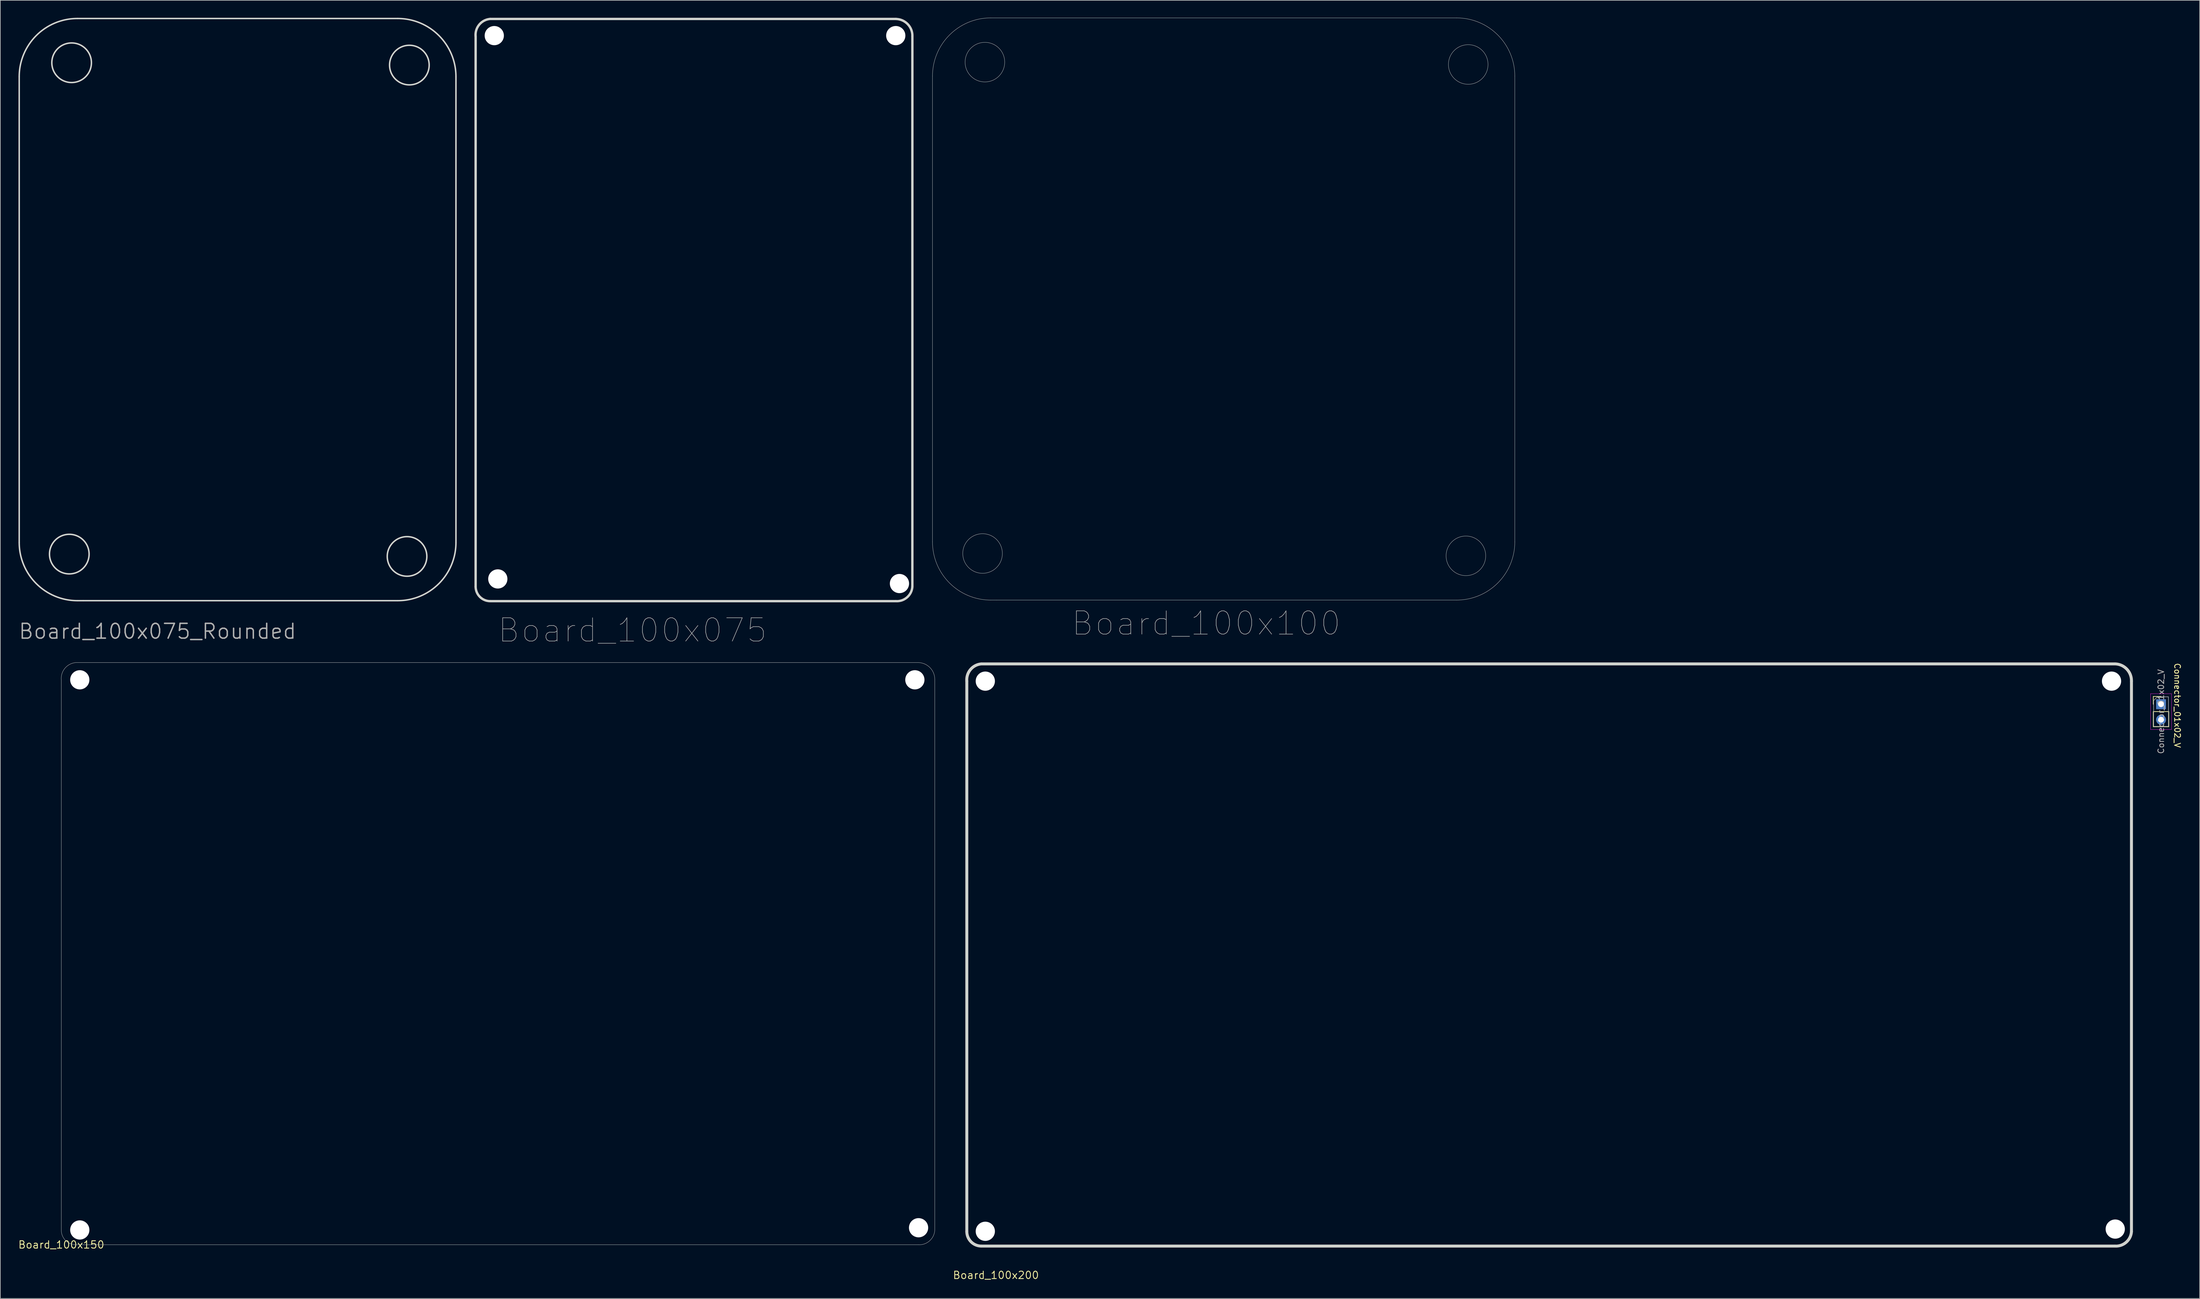
<source format=kicad_pcb>
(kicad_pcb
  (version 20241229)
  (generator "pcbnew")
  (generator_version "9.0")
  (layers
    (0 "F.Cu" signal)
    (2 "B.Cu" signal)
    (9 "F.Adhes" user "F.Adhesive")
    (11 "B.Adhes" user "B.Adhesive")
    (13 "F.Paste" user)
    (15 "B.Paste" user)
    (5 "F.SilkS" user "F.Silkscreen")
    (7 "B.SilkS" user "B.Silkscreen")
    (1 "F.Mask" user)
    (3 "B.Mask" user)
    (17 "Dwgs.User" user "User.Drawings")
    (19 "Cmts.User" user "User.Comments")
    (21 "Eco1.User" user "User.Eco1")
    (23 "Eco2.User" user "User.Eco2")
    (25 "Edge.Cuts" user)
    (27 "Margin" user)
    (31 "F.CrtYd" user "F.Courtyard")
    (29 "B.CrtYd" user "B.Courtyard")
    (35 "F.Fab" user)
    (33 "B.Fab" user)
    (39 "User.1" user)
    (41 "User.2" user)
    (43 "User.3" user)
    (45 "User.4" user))
  (footprint "Board_100x075"
    (layer "F.Cu")
    (at 78.627 100.203)
    (property "Reference" "Board_100x075" (at 26.934 5.016 0) (unlocked yes) (layer "F.Fab") (effects (font (size 4 4) (thickness 0.1))))
    (fp_line (start 0.003 -97.034) (end 0.003 -2.494) (stroke (width 0.406) (type solid)) (layer "Edge.Cuts"))
    (fp_line (start 2.503 0.006) (end 72.179 0.006) (stroke (width 0.406) (type solid)) (layer "Edge.Cuts"))
    (fp_line (start 72.183 -100) (end 2.503 -100) (stroke (width 0.406) (type solid)) (layer "Edge.Cuts"))
    (fp_line (start 75 -2.494) (end 75.003 -97.034) (stroke (width 0.406) (type solid)) (layer "Edge.Cuts"))
    (fp_arc (start -0.002665 -97.033987) (mid 0.635735 -99.035963) (end 2.502844 -99.999999) (stroke (width 0.4064) (type solid)) (layer "Edge.Cuts"))
    (fp_arc (start 2.502844 0.005549) (mid 0.735077 -0.726684) (end 0.002844 -2.494451) (stroke (width 0.4064) (type solid)) (layer "Edge.Cuts"))
    (fp_arc (start 72.182815 -99.99445) (mid 74.205859 -99.09849) (end 75.002844 -97.034451) (stroke (width 0.4064) (type solid)) (layer "Edge.Cuts"))
    (fp_arc (start 74.999444 -2.49445) (mid 74.1072 -0.660398) (end 72.179415 0.005549) (stroke (width 0.4064) (type solid)) (layer "Edge.Cuts"))
    (pad "" np_thru_hole circle (at 3.203 -97.136) (size 3.3 3.3) (drill 3.3) (layers "*.Cu" "*.Mask"))
    (pad "" np_thru_hole circle (at 3.81 -3.81) (size 3.3 3.3) (drill 3.3) (layers "*.Cu" "*.Mask"))
    (pad "" np_thru_hole circle (at 72.149 -97.136) (size 3.3 3.3) (drill 3.3) (layers "*.Cu" "*.Mask"))
    (pad "" np_thru_hole circle (at 72.784 -3.017) (size 3.3 3.3) (drill 3.3) (layers "*.Cu" "*.Mask")))
  (footprint "Connector_01x02_V"
    (layer "F.Cu")
    (at 368.058 117.912)
    (property "Reference" "Connector_01x02_V" (at 2.794 0.21 270) (unlocked yes) (layer "F.SilkS") (effects (font (size 1 1) (thickness 0.15))))
    (attr through_hole)
    (fp_line (start -1.33 -1.33) (end 0 -1.33) (stroke (width 0.12) (type solid)) (layer "F.SilkS"))
    (fp_line (start -1.33 0) (end -1.33 -1.33) (stroke (width 0.12) (type solid)) (layer "F.SilkS"))
    (fp_line (start -1.33 1.27) (end -1.33 3.87) (stroke (width 0.12) (type solid)) (layer "F.SilkS"))
    (fp_line (start -1.33 1.27) (end 1.33 1.27) (stroke (width 0.12) (type solid)) (layer "F.SilkS"))
    (fp_line (start -1.33 3.87) (end 1.33 3.87) (stroke (width 0.12) (type solid)) (layer "F.SilkS"))
    (fp_line (start 1.33 1.27) (end 1.33 3.87) (stroke (width 0.12) (type solid)) (layer "F.SilkS"))
    (fp_line (start -1.8 -1.8) (end -1.8 4.35) (stroke (width 0.05) (type solid)) (layer "F.CrtYd"))
    (fp_line (start -1.8 4.35) (end 1.8 4.35) (stroke (width 0.05) (type solid)) (layer "F.CrtYd"))
    (fp_line (start 1.8 -1.8) (end -1.8 -1.8) (stroke (width 0.05) (type solid)) (layer "F.CrtYd"))
    (fp_line (start 1.8 4.35) (end 1.8 -1.8) (stroke (width 0.05) (type solid)) (layer "F.CrtYd"))
    (fp_line (start -1.27 -0.635) (end -0.635 -1.27) (stroke (width 0.1) (type solid)) (layer "F.Fab"))
    (fp_line (start -1.27 3.81) (end -1.27 -0.635) (stroke (width 0.1) (type solid)) (layer "F.Fab"))
    (fp_line (start -0.635 -1.27) (end 1.27 -1.27) (stroke (width 0.1) (type solid)) (layer "F.Fab"))
    (fp_line (start 1.27 -1.27) (end 1.27 3.81) (stroke (width 0.1) (type solid)) (layer "F.Fab"))
    (fp_line (start 1.27 3.81) (end -1.27 3.81) (stroke (width 0.1) (type solid)) (layer "F.Fab"))
    (fp_text user "${REFERENCE}" (at 0 1.27 90) (layer "F.Fab") (effects (font (size 1 1) (thickness 0.15))))
    (pad "1" thru_hole rect (at 0 0) (size 1.7 1.7) (drill 1) (layers "*.Cu" "*.Mask"))
    (pad "2" thru_hole oval (at 0 2.667) (size 1.7 1.7) (drill 1) (layers "*.Cu" "*.Mask")))
  (footprint "Board_100x200"
    (layer "F.Cu")
    (at 162.978 210.989)
    (property "Reference" "Board_100x200" (at 5 5 0) (layer "F.SilkS") (effects (font (size 1.27 1.27) (thickness 0.15))))
    (fp_line (start 0 -97.04) (end 0 -2.5) (stroke (width 0.508) (type solid)) (layer "Edge.Cuts"))
    (fp_line (start 2.5 0) (end 197.18 0) (stroke (width 0.508) (type solid)) (layer "Edge.Cuts"))
    (fp_line (start 197.18 -100) (end 2.5 -100) (stroke (width 0.508) (type solid)) (layer "Edge.Cuts"))
    (fp_line (start 200 -2.5) (end 200 -97.04) (stroke (width 0.508) (type solid)) (layer "Edge.Cuts"))
    (fp_arc (start 0 -97.04) (mid 0.636964 -99.037767) (end 2.5 -100) (stroke (width 0.508) (type solid)) (layer "Edge.Cuts"))
    (fp_arc (start 2.5 0) (mid 0.732233 -0.732233) (end 0 -2.5) (stroke (width 0.508) (type solid)) (layer "Edge.Cuts"))
    (fp_arc (start 197.179971 -99.999999) (mid 199.203025 -99.10405) (end 200 -97.04) (stroke (width 0.508) (type solid)) (layer "Edge.Cuts"))
    (fp_arc (start 200 -2.499999) (mid 199.107756 -0.665949) (end 197.179971 0) (stroke (width 0.508) (type solid)) (layer "Edge.Cuts"))
    (pad "" np_thru_hole circle (at 3.175 -97.04) (size 3.3 3.3) (drill 3.3) (layers "*.Cu" "*.Mask"))
    (pad "" np_thru_hole circle (at 3.175 -2.54) (size 3.3 3.3) (drill 3.3) (layers "*.Cu" "*.Mask"))
    (pad "" np_thru_hole circle (at 196.581 -97.04) (size 3.3 3.3) (drill 3.3) (layers "*.Cu" "*.Mask"))
    (pad "" np_thru_hole circle (at 197.216 -2.921) (size 3.3 3.3) (drill 3.3) (layers "*.Cu" "*.Mask")))
  (footprint "Board_100x075_Rounded"
    (layer "F.Cu")
    (at 0.25 100.127)
    (property "Reference" "Board_100x075_Rounded" (at -0.244 5.27 0) (unlocked yes) (layer "F.Fab") (effects (font (size 2.54 2.54) (thickness 0.254)) (justify left)))
    (fp_line (start 0 -10) (end 0 -90) (stroke (width 0.254) (type default)) (layer "Edge.Cuts"))
    (fp_line (start 10 -100) (end 65 -100) (stroke (width 0.254) (type default)) (layer "Edge.Cuts"))
    (fp_line (start 11 0) (end 10 0) (stroke (width 0.254) (type default)) (layer "Edge.Cuts"))
    (fp_line (start 65 0) (end 11 0) (stroke (width 0.254) (type default)) (layer "Edge.Cuts"))
    (fp_line (start 75 -90) (end 75 -10) (stroke (width 0.254) (type default)) (layer "Edge.Cuts"))
    (fp_arc (start 0 -90) (mid 2.928932 -97.071068) (end 10 -100) (stroke (width 0.254) (type default)) (layer "Edge.Cuts"))
    (fp_arc (start 10 0) (mid 2.928932 -2.928932) (end 0 -10) (stroke (width 0.254) (type default)) (layer "Edge.Cuts"))
    (fp_arc (start 65 -100) (mid 72.071068 -97.071068) (end 75 -90) (stroke (width 0.254) (type default)) (layer "Edge.Cuts"))
    (fp_arc (start 75 -10) (mid 72.071068 -2.928932) (end 65 0) (stroke (width 0.254) (type default)) (layer "Edge.Cuts"))
    (fp_circle (center 8.6 -8) (end 12 -8) (stroke (width 0.254) (type default)) (fill no) (layer "Edge.Cuts"))
    (fp_circle (center 9 -92.4) (end 12.4 -92.4) (stroke (width 0.254) (type default)) (fill no) (layer "Edge.Cuts"))
    (fp_circle (center 66.6 -7.6) (end 70 -7.6) (stroke (width 0.254) (type default)) (fill no) (layer "Edge.Cuts"))
    (fp_circle (center 67 -92) (end 70.4 -92) (stroke (width 0.254) (type default)) (fill no) (layer "Edge.Cuts")))
  (footprint "Board_100x150"
    (layer "F.Cu")
    (at 7.476 210.76)
    (property "Reference" "Board_100x150" (at 0 0 0) (layer "F.SilkS") (effects (font (size 1.27 1.27) (thickness 0.15))))
    (fp_line (start 0 -97.04) (end 0 -2.5) (stroke (width 0.05) (type solid)) (layer "Edge.Cuts"))
    (fp_line (start 2.5 0) (end 147.18 0) (stroke (width 0.05) (type solid)) (layer "Edge.Cuts"))
    (fp_line (start 147.18 -100) (end 2.5 -100) (stroke (width 0.05) (type solid)) (layer "Edge.Cuts"))
    (fp_line (start 150 -2.5) (end 150 -97.04) (stroke (width 0.05) (type solid)) (layer "Edge.Cuts"))
    (fp_arc (start 0 -97.04) (mid 0.636964 -99.037767) (end 2.5 -100) (stroke (width 0.05) (type solid)) (layer "Edge.Cuts"))
    (fp_arc (start 2.5 0) (mid 0.732233 -0.732233) (end 0 -2.5) (stroke (width 0.05) (type solid)) (layer "Edge.Cuts"))
    (fp_arc (start 147.179971 -99.999999) (mid 149.203021 -99.104047) (end 150 -97.04) (stroke (width 0.05) (type solid)) (layer "Edge.Cuts"))
    (fp_arc (start 150 -2.499999) (mid 149.107752 -0.665952) (end 147.179971 0) (stroke (width 0.05) (type solid)) (layer "Edge.Cuts"))
    (pad "" np_thru_hole circle (at 3.175 -97.04) (size 3.3 3.3) (drill 3.3) (layers "*.Cu" "*.Mask"))
    (pad "" np_thru_hole circle (at 3.175 -2.54) (size 3.3 3.3) (drill 3.3) (layers "*.Cu" "*.Mask"))
    (pad "" np_thru_hole circle (at 146.581 -97.04) (size 3.3 3.3) (drill 3.3) (layers "*.Cu" "*.Mask"))
    (pad "" np_thru_hole circle (at 147.216 -2.921) (size 3.3 3.3) (drill 3.3) (layers "*.Cu" "*.Mask")))
  (footprint "Board_100x100"
    (layer "F.Cu")
    (at 157.084 100.025)
    (property "Reference" "Board_100x100" (at 47 4 0) (unlocked yes) (layer "F.Fab") (effects (font (size 4 4) (thickness 0.1))))
    (fp_line (start 0 -10) (end 0 -90) (stroke (width 0.05) (type default)) (layer "Edge.Cuts"))
    (fp_line (start 10 -100) (end 90 -100) (stroke (width 0.05) (type default)) (layer "Edge.Cuts"))
    (fp_line (start 11 0) (end 10 0) (stroke (width 0.05) (type default)) (layer "Edge.Cuts"))
    (fp_line (start 90 0) (end 11 0) (stroke (width 0.05) (type default)) (layer "Edge.Cuts"))
    (fp_line (start 100 -90) (end 100 -10) (stroke (width 0.05) (type default)) (layer "Edge.Cuts"))
    (fp_arc (start 0 -90) (mid 2.928932 -97.071068) (end 10 -100) (stroke (width 0.05) (type default)) (layer "Edge.Cuts"))
    (fp_arc (start 10 0) (mid 2.928932 -2.928932) (end 0 -10) (stroke (width 0.05) (type default)) (layer "Edge.Cuts"))
    (fp_arc (start 90 -100) (mid 97.071068 -97.071068) (end 100 -90) (stroke (width 0.05) (type default)) (layer "Edge.Cuts"))
    (fp_arc (start 100 -10) (mid 97.071068 -2.928932) (end 90 0) (stroke (width 0.05) (type default)) (layer "Edge.Cuts"))
    (fp_circle (center 8.6 -8) (end 12 -8) (stroke (width 0.05) (type default)) (fill no) (layer "Edge.Cuts"))
    (fp_circle (center 9 -92.4) (end 12.4 -92.4) (stroke (width 0.05) (type default)) (fill no) (layer "Edge.Cuts"))
    (fp_circle (center 91.6 -7.6) (end 95 -7.6) (stroke (width 0.05) (type default)) (fill no) (layer "Edge.Cuts"))
    (fp_circle (center 92 -92) (end 95.4 -92) (stroke (width 0.05) (type default)) (fill no) (layer "Edge.Cuts")))
  (gr_rect
    (start -3 -3)
    (end 374.7 219.995)
    (stroke (width 0.1) (type default))
    (fill no)
    (layer "Edge.Cuts")))
</source>
